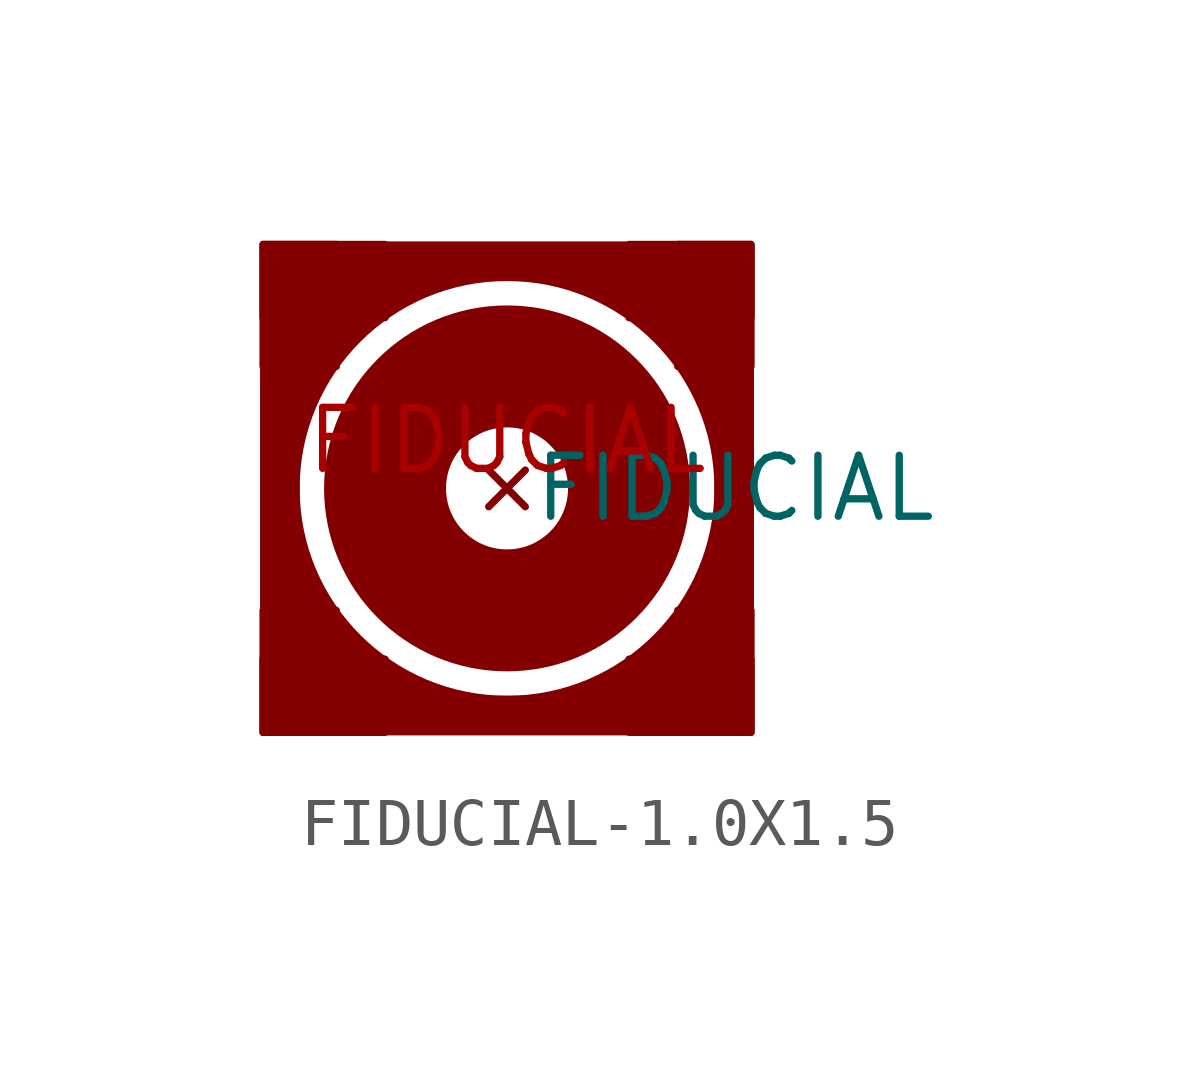
<source format=kicad_sym>
(kicad_symbol_lib
  (version 20220914)
  (generator kicad_symbol_editor)
  (symbol "FIDUCIAL-1.0X1.5"
    (property "Reference" "FIDUCIAL"
      (at 0 0 0)
      (effects (font (size 1.27 1.27)) hide))
    (property "ki_locked" ""
      (at 0 0 0)
      (effects (font (size 1.27 1.27))))
    (symbol "FIDUCIAL-1.0X1.5_1_0"
      (rectangle (start -5.08 -5.08) (end -3.556 -2.54) (stroke (width 0) (type default)) (fill (type outline)))
      (rectangle (start -5.08 -5.08) (end -2.54 -3.556) (stroke (width 0) (type default)) (fill (type outline)))
      (rectangle (start -5.08 2.54) (end -3.556 5.08) (stroke (width 0) (type default)) (fill (type outline)))
      (rectangle (start -5.08 3.556) (end -2.54 5.08) (stroke (width 0) (type default)) (fill (type outline)))
      (polyline (pts (xy -5.08 -5.08) (xy -5.08 5.08)) (stroke (width 0.127) (type solid)) (fill (type none)))
      (polyline (pts (xy -5.08 -5.08) (xy 5.08 -5.08)) (stroke (width 0.127) (type solid)) (fill (type none)))
      (polyline (pts (xy -5.08 5.08) (xy 5.08 5.08)) (stroke (width 0.127) (type solid)) (fill (type none)))
      (polyline (pts (xy -4.699 2.54) (xy -4.699 -2.54)) (stroke (width 0.762) (type solid)) (fill (type none)))
      (polyline (pts (xy -2.54 -4.699) (xy 2.54 -4.699)) (stroke (width 0.762) (type solid)) (fill (type none)))
      (polyline (pts (xy -2.54 4.699) (xy 2.54 4.699)) (stroke (width 0.762) (type solid)) (fill (type none)))
      (polyline (pts (xy 4.699 -2.54) (xy 4.699 2.54)) (stroke (width 0.762) (type solid)) (fill (type none)))
      (polyline (pts (xy 5.08 5.08) (xy 5.08 -5.08)) (stroke (width 0.127) (type solid)) (fill (type none)))
      (circle (center 0 0) (radius 2.54) (stroke (width 2.54) (type solid)) (fill (type none)))
      (circle (center 0 0) (radius 4.699) (stroke (width 0.762) (type solid)) (fill (type none)))
      (rectangle (start 2.54 -5.08) (end 5.08 -3.556) (stroke (width 0) (type default)) (fill (type outline)))
      (rectangle (start 2.54 3.556) (end 5.08 5.08) (stroke (width 0) (type default)) (fill (type outline)))
      (rectangle (start 3.556 -5.08) (end 5.08 -2.54) (stroke (width 0) (type default)) (fill (type outline)))
      (rectangle (start 3.556 2.54) (end 5.08 5.08) (stroke (width 0) (type default)) (fill (type outline)))
      (pin no_connect line (at 0 0 0) (length 0) (name "FIDUCIAL" (effects (font (size 1.27 1.27)))) (number "FIDUCIAL" (effects (font (size 1.27 1.27))))))))
</source>
